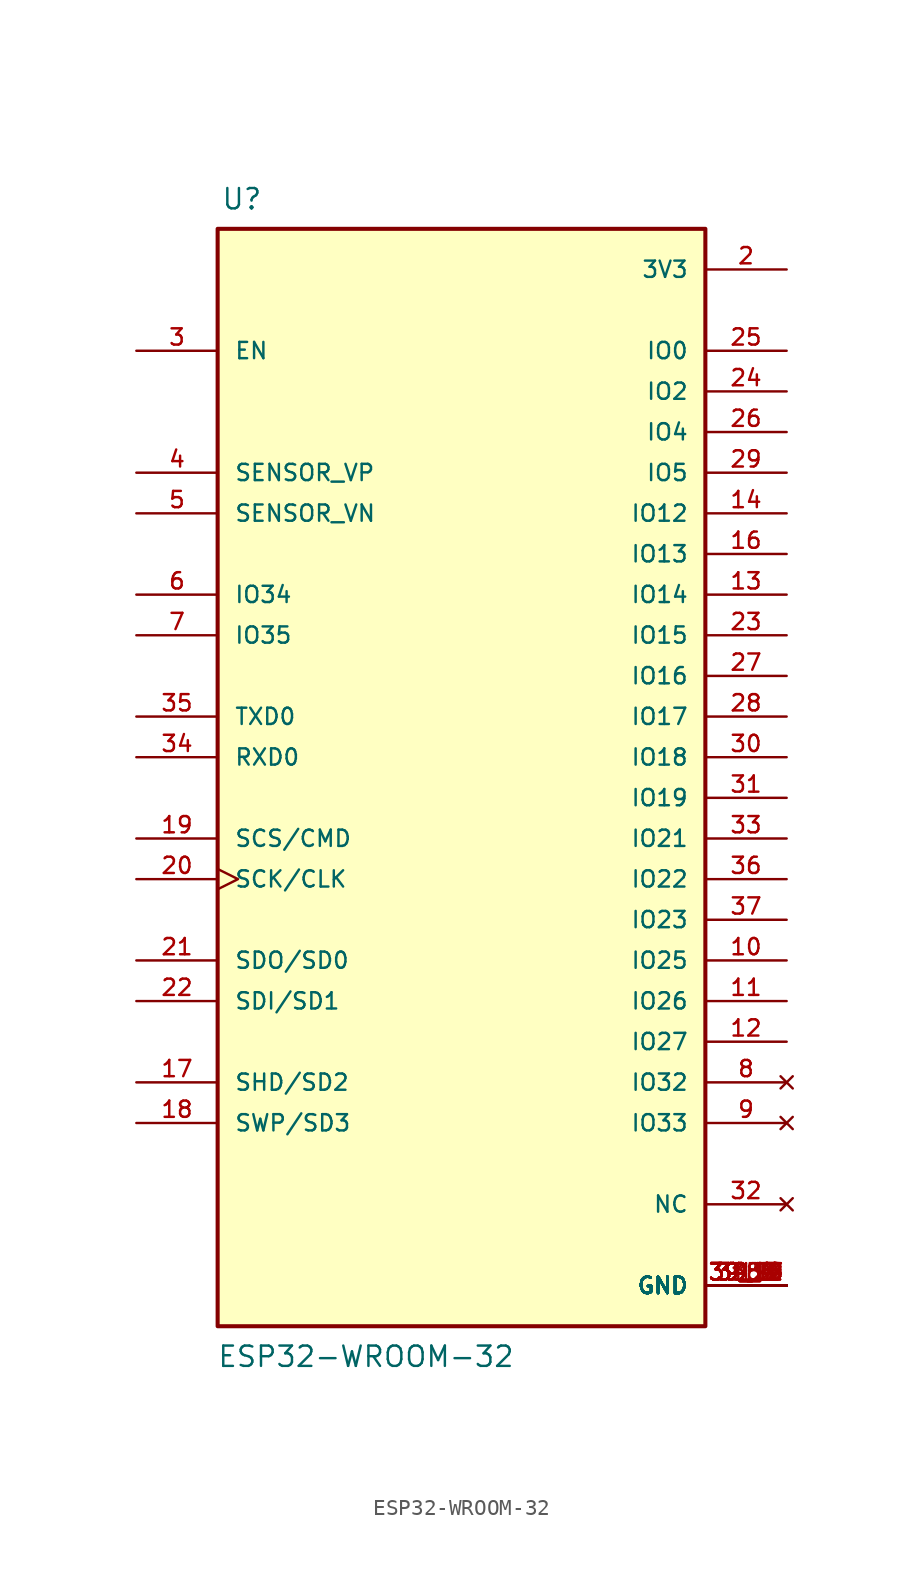
<source format=kicad_sym>
(kicad_symbol_lib
  (version 20211014)
  (generator kicad_symbol_editor)
  (symbol "ESP32-WROOM-32"
    (pin_names
      (offset 1.016))
    (property "Reference" "U"
      (at -15.037 36.678 0)
      (effects (font (size 1.27 1.27)) (justify left bottom)))
    (property "Value" "ESP32-WROOM-32"
      (at -15.291 -35.662 0)
      (effects (font (size 1.27 1.27)) (justify left bottom)))
    (property "ki_locked" ""
      (at 0 0 0)
      (effects (font (size 1.27 1.27))))
    (symbol "ESP32-WROOM-32_0_0"
      (rectangle (start -15.24 -33.02) (end 15.24 35.56) (stroke (width 0.254) (type default) (color 0 0 0 0)) (fill (type background)))
      (pin power_in line (at 20.32 -30.48 180) (length 5.08) (name "GND" (effects (font (size 1.016 1.016)))) (number "1" (effects (font (size 1.016 1.016)))))
      (pin bidirectional line (at 20.32 -10.16 180) (length 5.08) (name "IO25" (effects (font (size 1.016 1.016)))) (number "10" (effects (font (size 1.016 1.016)))))
      (pin bidirectional line (at 20.32 -12.7 180) (length 5.08) (name "IO26" (effects (font (size 1.016 1.016)))) (number "11" (effects (font (size 1.016 1.016)))))
      (pin bidirectional line (at 20.32 -15.24 180) (length 5.08) (name "IO27" (effects (font (size 1.016 1.016)))) (number "12" (effects (font (size 1.016 1.016)))))
      (pin bidirectional line (at 20.32 12.7 180) (length 5.08) (name "IO14" (effects (font (size 1.016 1.016)))) (number "13" (effects (font (size 1.016 1.016)))))
      (pin bidirectional line (at 20.32 17.78 180) (length 5.08) (name "IO12" (effects (font (size 1.016 1.016)))) (number "14" (effects (font (size 1.016 1.016)))))
      (pin power_in line (at 20.32 -30.48 180) (length 5.08) (name "GND" (effects (font (size 1.016 1.016)))) (number "15" (effects (font (size 1.016 1.016)))))
      (pin bidirectional line (at 20.32 15.24 180) (length 5.08) (name "IO13" (effects (font (size 1.016 1.016)))) (number "16" (effects (font (size 1.016 1.016)))))
      (pin bidirectional line (at -20.32 -17.78 0) (length 5.08) (name "SHD/SD2" (effects (font (size 1.016 1.016)))) (number "17" (effects (font (size 1.016 1.016)))))
      (pin bidirectional line (at -20.32 -20.32 0) (length 5.08) (name "SWP/SD3" (effects (font (size 1.016 1.016)))) (number "18" (effects (font (size 1.016 1.016)))))
      (pin bidirectional line (at -20.32 -2.54 0) (length 5.08) (name "SCS/CMD" (effects (font (size 1.016 1.016)))) (number "19" (effects (font (size 1.016 1.016)))))
      (pin power_in line (at 20.32 33.02 180) (length 5.08) (name "3V3" (effects (font (size 1.016 1.016)))) (number "2" (effects (font (size 1.016 1.016)))))
      (pin bidirectional clock (at -20.32 -5.08 0) (length 5.08) (name "SCK/CLK" (effects (font (size 1.016 1.016)))) (number "20" (effects (font (size 1.016 1.016)))))
      (pin bidirectional line (at -20.32 -10.16 0) (length 5.08) (name "SDO/SD0" (effects (font (size 1.016 1.016)))) (number "21" (effects (font (size 1.016 1.016)))))
      (pin bidirectional line (at -20.32 -12.7 0) (length 5.08) (name "SDI/SD1" (effects (font (size 1.016 1.016)))) (number "22" (effects (font (size 1.016 1.016)))))
      (pin bidirectional line (at 20.32 10.16 180) (length 5.08) (name "IO15" (effects (font (size 1.016 1.016)))) (number "23" (effects (font (size 1.016 1.016)))))
      (pin bidirectional line (at 20.32 25.4 180) (length 5.08) (name "IO2" (effects (font (size 1.016 1.016)))) (number "24" (effects (font (size 1.016 1.016)))))
      (pin bidirectional line (at 20.32 27.94 180) (length 5.08) (name "IO0" (effects (font (size 1.016 1.016)))) (number "25" (effects (font (size 1.016 1.016)))))
      (pin bidirectional line (at 20.32 22.86 180) (length 5.08) (name "IO4" (effects (font (size 1.016 1.016)))) (number "26" (effects (font (size 1.016 1.016)))))
      (pin bidirectional line (at 20.32 7.62 180) (length 5.08) (name "IO16" (effects (font (size 1.016 1.016)))) (number "27" (effects (font (size 1.016 1.016)))))
      (pin bidirectional line (at 20.32 5.08 180) (length 5.08) (name "IO17" (effects (font (size 1.016 1.016)))) (number "28" (effects (font (size 1.016 1.016)))))
      (pin bidirectional line (at 20.32 20.32 180) (length 5.08) (name "IO5" (effects (font (size 1.016 1.016)))) (number "29" (effects (font (size 1.016 1.016)))))
      (pin input line (at -20.32 27.94 0) (length 5.08) (name "EN" (effects (font (size 1.016 1.016)))) (number "3" (effects (font (size 1.016 1.016)))))
      (pin bidirectional line (at 20.32 2.54 180) (length 5.08) (name "IO18" (effects (font (size 1.016 1.016)))) (number "30" (effects (font (size 1.016 1.016)))))
      (pin bidirectional line (at 20.32 0 180) (length 5.08) (name "IO19" (effects (font (size 1.016 1.016)))) (number "31" (effects (font (size 1.016 1.016)))))
      (pin no_connect line (at 20.32 -25.4 180) (length 5.08) (name "NC" (effects (font (size 1.016 1.016)))) (number "32" (effects (font (size 1.016 1.016)))))
      (pin bidirectional line (at 20.32 -2.54 180) (length 5.08) (name "IO21" (effects (font (size 1.016 1.016)))) (number "33" (effects (font (size 1.016 1.016)))))
      (pin bidirectional line (at -20.32 2.54 0) (length 5.08) (name "RXD0" (effects (font (size 1.016 1.016)))) (number "34" (effects (font (size 1.016 1.016)))))
      (pin bidirectional line (at -20.32 5.08 0) (length 5.08) (name "TXD0" (effects (font (size 1.016 1.016)))) (number "35" (effects (font (size 1.016 1.016)))))
      (pin bidirectional line (at 20.32 -5.08 180) (length 5.08) (name "IO22" (effects (font (size 1.016 1.016)))) (number "36" (effects (font (size 1.016 1.016)))))
      (pin bidirectional line (at 20.32 -7.62 180) (length 5.08) (name "IO23" (effects (font (size 1.016 1.016)))) (number "37" (effects (font (size 1.016 1.016)))))
      (pin power_in line (at 20.32 -30.48 180) (length 5.08) (name "GND" (effects (font (size 1.016 1.016)))) (number "38" (effects (font (size 1.016 1.016)))))
      (pin power_in line (at 20.32 -30.48 180) (length 5.08) (name "GND" (effects (font (size 1.016 1.016)))) (number "39_1" (effects (font (size 1.016 1.016)))))
      (pin power_in line (at 20.32 -30.48 180) (length 5.08) (name "GND" (effects (font (size 1.016 1.016)))) (number "39_10" (effects (font (size 1.016 1.016)))))
      (pin power_in line (at 20.32 -30.48 180) (length 5.08) (name "GND" (effects (font (size 1.016 1.016)))) (number "39_11" (effects (font (size 1.016 1.016)))))
      (pin power_in line (at 20.32 -30.48 180) (length 5.08) (name "GND" (effects (font (size 1.016 1.016)))) (number "39_12" (effects (font (size 1.016 1.016)))))
      (pin power_in line (at 20.32 -30.48 180) (length 5.08) (name "GND" (effects (font (size 1.016 1.016)))) (number "39_13" (effects (font (size 1.016 1.016)))))
      (pin power_in line (at 20.32 -30.48 180) (length 5.08) (name "GND" (effects (font (size 1.016 1.016)))) (number "39_14" (effects (font (size 1.016 1.016)))))
      (pin power_in line (at 20.32 -30.48 180) (length 5.08) (name "GND" (effects (font (size 1.016 1.016)))) (number "39_15" (effects (font (size 1.016 1.016)))))
      (pin power_in line (at 20.32 -30.48 180) (length 5.08) (name "GND" (effects (font (size 1.016 1.016)))) (number "39_16" (effects (font (size 1.016 1.016)))))
      (pin power_in line (at 20.32 -30.48 180) (length 5.08) (name "GND" (effects (font (size 1.016 1.016)))) (number "39_17" (effects (font (size 1.016 1.016)))))
      (pin power_in line (at 20.32 -30.48 180) (length 5.08) (name "GND" (effects (font (size 1.016 1.016)))) (number "39_18" (effects (font (size 1.016 1.016)))))
      (pin power_in line (at 20.32 -30.48 180) (length 5.08) (name "GND" (effects (font (size 1.016 1.016)))) (number "39_19" (effects (font (size 1.016 1.016)))))
      (pin power_in line (at 20.32 -30.48 180) (length 5.08) (name "GND" (effects (font (size 1.016 1.016)))) (number "39_2" (effects (font (size 1.016 1.016)))))
      (pin power_in line (at 20.32 -30.48 180) (length 5.08) (name "GND" (effects (font (size 1.016 1.016)))) (number "39_20" (effects (font (size 1.016 1.016)))))
      (pin power_in line (at 20.32 -30.48 180) (length 5.08) (name "GND" (effects (font (size 1.016 1.016)))) (number "39_21" (effects (font (size 1.016 1.016)))))
      (pin power_in line (at 20.32 -30.48 180) (length 5.08) (name "GND" (effects (font (size 1.016 1.016)))) (number "39_3" (effects (font (size 1.016 1.016)))))
      (pin power_in line (at 20.32 -30.48 180) (length 5.08) (name "GND" (effects (font (size 1.016 1.016)))) (number "39_4" (effects (font (size 1.016 1.016)))))
      (pin power_in line (at 20.32 -30.48 180) (length 5.08) (name "GND" (effects (font (size 1.016 1.016)))) (number "39_5" (effects (font (size 1.016 1.016)))))
      (pin power_in line (at 20.32 -30.48 180) (length 5.08) (name "GND" (effects (font (size 1.016 1.016)))) (number "39_6" (effects (font (size 1.016 1.016)))))
      (pin power_in line (at 20.32 -30.48 180) (length 5.08) (name "GND" (effects (font (size 1.016 1.016)))) (number "39_7" (effects (font (size 1.016 1.016)))))
      (pin power_in line (at 20.32 -30.48 180) (length 5.08) (name "GND" (effects (font (size 1.016 1.016)))) (number "39_8" (effects (font (size 1.016 1.016)))))
      (pin power_in line (at 20.32 -30.48 180) (length 5.08) (name "GND" (effects (font (size 1.016 1.016)))) (number "39_9" (effects (font (size 1.016 1.016)))))
      (pin input line (at -20.32 20.32 0) (length 5.08) (name "SENSOR_VP" (effects (font (size 1.016 1.016)))) (number "4" (effects (font (size 1.016 1.016)))))
      (pin input line (at -20.32 17.78 0) (length 5.08) (name "SENSOR_VN" (effects (font (size 1.016 1.016)))) (number "5" (effects (font (size 1.016 1.016)))))
      (pin input line (at -20.32 12.7 0) (length 5.08) (name "IO34" (effects (font (size 1.016 1.016)))) (number "6" (effects (font (size 1.016 1.016)))))
      (pin input line (at -20.32 10.16 0) (length 5.08) (name "IO35" (effects (font (size 1.016 1.016)))) (number "7" (effects (font (size 1.016 1.016)))))
      (pin no_connect line (at 20.32 -17.78 180) (length 5.08) (name "IO32" (effects (font (size 1.016 1.016)))) (number "8" (effects (font (size 1.016 1.016)))))
      (pin no_connect line (at 20.32 -20.32 180) (length 5.08) (name "IO33" (effects (font (size 1.016 1.016)))) (number "9" (effects (font (size 1.016 1.016))))))))
</source>
